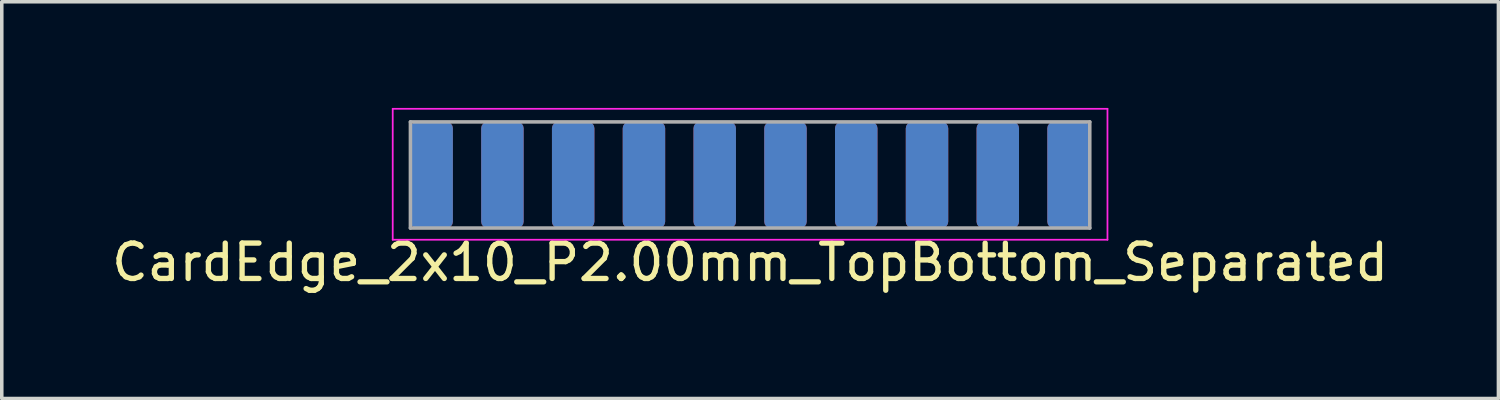
<source format=kicad_pcb>
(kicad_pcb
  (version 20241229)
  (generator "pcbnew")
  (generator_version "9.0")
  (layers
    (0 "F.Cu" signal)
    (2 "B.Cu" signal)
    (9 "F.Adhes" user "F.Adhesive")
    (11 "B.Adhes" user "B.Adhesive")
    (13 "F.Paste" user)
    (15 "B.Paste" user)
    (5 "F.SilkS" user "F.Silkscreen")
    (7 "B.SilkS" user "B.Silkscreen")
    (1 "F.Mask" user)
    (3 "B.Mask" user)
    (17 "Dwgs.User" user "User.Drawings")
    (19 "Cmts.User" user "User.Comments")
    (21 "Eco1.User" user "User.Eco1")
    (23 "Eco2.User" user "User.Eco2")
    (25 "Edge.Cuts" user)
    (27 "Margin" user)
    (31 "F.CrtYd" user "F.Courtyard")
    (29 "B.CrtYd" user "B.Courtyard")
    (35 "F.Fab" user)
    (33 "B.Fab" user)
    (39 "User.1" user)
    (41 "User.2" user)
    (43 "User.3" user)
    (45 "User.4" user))
  (footprint "CardEdge_2x10_P2.00mm_TopBottom_Separated"
    (layer "F.Cu")
    (at 18.149 0.365)
    (property "Reference" "CardEdge_2x10_P2.00mm_TopBottom_Separated" (at 0 4 0) (layer "F.SilkS") (effects (font (size 1 1) (thickness 0.15))))
    (attr smd)
    (fp_line (start -10.1 -0.34) (end 10.1 -0.34) (stroke (width 0.05) (type solid)) (layer "F.CrtYd"))
    (fp_line (start -10.1 3.36) (end -10.1 -0.34) (stroke (width 0.05) (type solid)) (layer "F.CrtYd"))
    (fp_line (start 10.1 -0.34) (end 10.1 3.36) (stroke (width 0.05) (type solid)) (layer "F.CrtYd"))
    (fp_line (start 10.1 3.36) (end -10.1 3.36) (stroke (width 0.05) (type solid)) (layer "F.CrtYd"))
    (fp_line (start -9.6 0.03) (end 9.6 0.03) (stroke (width 0.1) (type solid)) (layer "F.Fab"))
    (fp_line (start -9.6 3.03) (end -9.6 0.03) (stroke (width 0.1) (type solid)) (layer "F.Fab"))
    (fp_line (start 9.6 0.03) (end 9.6 3.03) (stroke (width 0.1) (type solid)) (layer "F.Fab"))
    (fp_line (start 9.6 3.03) (end -9.6 3.03) (stroke (width 0.1) (type solid)) (layer "F.Fab"))
    (pad "1" smd roundrect (at 9 1.53 180) (size 1.2 3) (layers "F.Cu" "F.Mask") (roundrect_rratio 0.15))
    (pad "2" smd roundrect (at 9 1.53 180) (size 1.2 3) (layers "B.Cu" "B.Mask") (roundrect_rratio 0.15))
    (pad "3" smd roundrect (at 7 1.53 180) (size 1.2 3) (layers "F.Cu" "F.Mask") (roundrect_rratio 0.15))
    (pad "4" smd roundrect (at 7 1.53 180) (size 1.2 3) (layers "B.Cu" "B.Mask") (roundrect_rratio 0.15))
    (pad "5" smd roundrect (at 5 1.53 180) (size 1.2 3) (layers "F.Cu" "F.Mask") (roundrect_rratio 0.15))
    (pad "6" smd roundrect (at 5 1.53 180) (size 1.2 3) (layers "B.Cu" "B.Mask") (roundrect_rratio 0.15))
    (pad "7" smd roundrect (at 3 1.53 180) (size 1.2 3) (layers "F.Cu" "F.Mask") (roundrect_rratio 0.15))
    (pad "8" smd roundrect (at 3 1.53 180) (size 1.2 3) (layers "B.Cu" "B.Mask") (roundrect_rratio 0.15))
    (pad "9" smd roundrect (at 1 1.53 180) (size 1.2 3) (layers "F.Cu" "F.Mask") (roundrect_rratio 0.15))
    (pad "10" smd roundrect (at 1 1.53 180) (size 1.2 3) (layers "B.Cu" "B.Mask") (roundrect_rratio 0.15))
    (pad "11" smd roundrect (at -1 1.53 180) (size 1.2 3) (layers "F.Cu" "F.Mask") (roundrect_rratio 0.15))
    (pad "12" smd roundrect (at -1 1.53 180) (size 1.2 3) (layers "B.Cu" "B.Mask") (roundrect_rratio 0.15))
    (pad "13" smd roundrect (at -3 1.53 180) (size 1.2 3) (layers "F.Cu" "F.Mask") (roundrect_rratio 0.15))
    (pad "14" smd roundrect (at -3 1.53 180) (size 1.2 3) (layers "B.Cu" "B.Mask") (roundrect_rratio 0.15))
    (pad "15" smd roundrect (at -5 1.53 180) (size 1.2 3) (layers "F.Cu" "F.Mask") (roundrect_rratio 0.15))
    (pad "16" smd roundrect (at -5 1.53 180) (size 1.2 3) (layers "B.Cu" "B.Mask") (roundrect_rratio 0.15))
    (pad "17" smd roundrect (at -7 1.53 180) (size 1.2 3) (layers "F.Cu" "F.Mask") (roundrect_rratio 0.15))
    (pad "18" smd roundrect (at -7 1.53 180) (size 1.2 3) (layers "B.Cu" "B.Mask") (roundrect_rratio 0.15))
    (pad "19" smd roundrect (at -9 1.53 180) (size 1.2 3) (layers "F.Cu" "F.Mask") (roundrect_rratio 0.15))
    (pad "20" smd roundrect (at -9 1.53 180) (size 1.2 3) (layers "B.Cu" "B.Mask") (roundrect_rratio 0.15)))
  (gr_rect
    (start -3 -3)
    (end 39.298 8.213)
    (stroke (width 0.1) (type default))
    (fill no)
    (layer "Edge.Cuts")))
</source>
